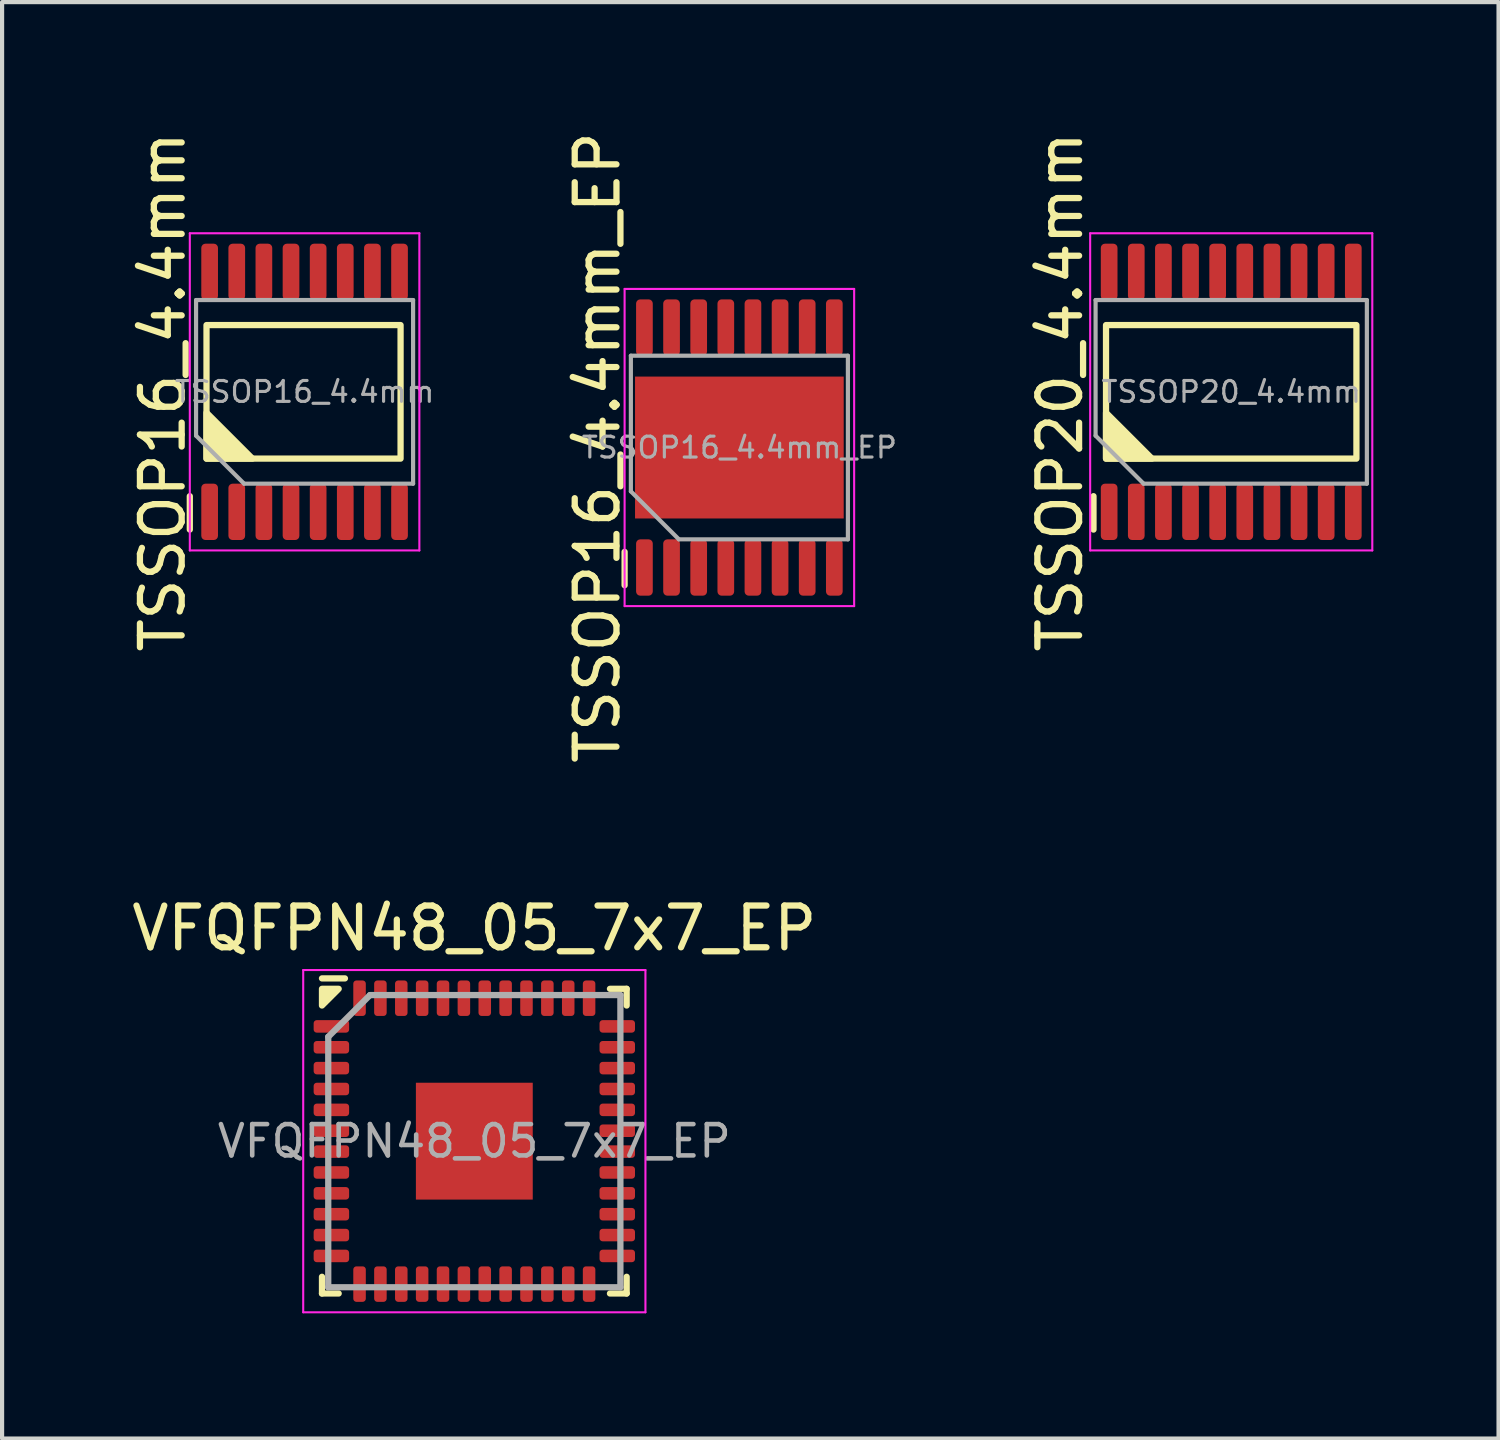
<source format=kicad_pcb>
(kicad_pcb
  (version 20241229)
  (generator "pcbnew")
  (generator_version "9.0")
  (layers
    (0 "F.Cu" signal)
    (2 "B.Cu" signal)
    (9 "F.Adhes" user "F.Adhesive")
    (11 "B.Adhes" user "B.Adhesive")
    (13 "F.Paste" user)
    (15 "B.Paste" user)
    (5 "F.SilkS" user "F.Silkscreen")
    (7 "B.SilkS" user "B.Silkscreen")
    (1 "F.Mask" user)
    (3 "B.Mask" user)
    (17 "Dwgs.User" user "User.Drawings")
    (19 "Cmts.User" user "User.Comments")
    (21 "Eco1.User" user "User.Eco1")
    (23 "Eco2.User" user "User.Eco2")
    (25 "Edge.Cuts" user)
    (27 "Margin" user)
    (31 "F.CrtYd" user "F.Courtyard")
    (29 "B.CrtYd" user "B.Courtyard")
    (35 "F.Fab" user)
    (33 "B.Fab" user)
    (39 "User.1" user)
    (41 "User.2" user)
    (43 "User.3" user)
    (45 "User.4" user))
  (footprint "TSSOP16_4.4mm_EP"
    (layer "F.Cu")
    (at 14.666 7.673)
    (property "Reference" "TSSOP16_4.4mm_EP" (at -3.4 0 90) (layer "F.SilkS") (effects (font (size 1 1) (thickness 0.15))))
    (attr smd)
    (fp_line (start -2.75 3.3) (end -2.75 2.5) (stroke (width 0.15) (type solid)) (layer "F.SilkS"))
    (fp_line (start -2.75 -3.8) (end 2.75 -3.8) (stroke (width 0.05) (type solid)) (layer "F.CrtYd"))
    (fp_line (start -2.75 3.8) (end -2.75 -3.8) (stroke (width 0.05) (type solid)) (layer "F.CrtYd"))
    (fp_line (start 2.75 -3.8) (end 2.75 3.8) (stroke (width 0.05) (type solid)) (layer "F.CrtYd"))
    (fp_line (start 2.75 3.8) (end -2.75 3.8) (stroke (width 0.05) (type solid)) (layer "F.CrtYd"))
    (fp_line (start -2.6 -2.2) (end -2.6 1.05) (stroke (width 0.1) (type solid)) (layer "F.Fab"))
    (fp_line (start -2.6 -2.2) (end 2.6 -2.2) (stroke (width 0.1) (type solid)) (layer "F.Fab"))
    (fp_line (start -2.6 1.05) (end -1.45 2.2) (stroke (width 0.1) (type solid)) (layer "F.Fab"))
    (fp_line (start -1.45 2.2) (end 2.6 2.2) (stroke (width 0.1) (type solid)) (layer "F.Fab"))
    (fp_line (start 2.6 -2.2) (end 2.6 2.2) (stroke (width 0.1) (type solid)) (layer "F.Fab"))
    (fp_text user "${REFERENCE}" (at 0 0 180) (layer "F.Fab") (effects (font (size 0.5 0.5) (thickness 0.075))))
    (pad "1" smd roundrect (at -2.275 2.875) (size 0.4 1.35) (layers "F.Cu" "F.Mask" "F.Paste") (roundrect_rratio 0.25))
    (pad "2" smd roundrect (at -1.625 2.875) (size 0.4 1.35) (layers "F.Cu" "F.Mask" "F.Paste") (roundrect_rratio 0.25))
    (pad "3" smd roundrect (at -0.975 2.875) (size 0.4 1.35) (layers "F.Cu" "F.Mask" "F.Paste") (roundrect_rratio 0.25))
    (pad "4" smd roundrect (at -0.325 2.875) (size 0.4 1.35) (layers "F.Cu" "F.Mask" "F.Paste") (roundrect_rratio 0.25))
    (pad "5" smd roundrect (at 0.325 2.875) (size 0.4 1.35) (layers "F.Cu" "F.Mask" "F.Paste") (roundrect_rratio 0.25))
    (pad "6" smd roundrect (at 0.975 2.875) (size 0.4 1.35) (layers "F.Cu" "F.Mask" "F.Paste") (roundrect_rratio 0.25))
    (pad "7" smd roundrect (at 1.625 2.875) (size 0.4 1.35) (layers "F.Cu" "F.Mask" "F.Paste") (roundrect_rratio 0.25))
    (pad "8" smd roundrect (at 2.275 2.875) (size 0.4 1.35) (layers "F.Cu" "F.Mask" "F.Paste") (roundrect_rratio 0.25))
    (pad "9" smd roundrect (at 2.275 -2.875) (size 0.4 1.35) (layers "F.Cu" "F.Mask" "F.Paste") (roundrect_rratio 0.25))
    (pad "10" smd roundrect (at 1.625 -2.875) (size 0.4 1.35) (layers "F.Cu" "F.Mask" "F.Paste") (roundrect_rratio 0.25))
    (pad "11" smd roundrect (at 0.975 -2.875) (size 0.4 1.35) (layers "F.Cu" "F.Mask" "F.Paste") (roundrect_rratio 0.25))
    (pad "12" smd roundrect (at 0.325 -2.875) (size 0.4 1.35) (layers "F.Cu" "F.Mask" "F.Paste") (roundrect_rratio 0.25))
    (pad "13" smd roundrect (at -0.325 -2.875) (size 0.4 1.35) (layers "F.Cu" "F.Mask" "F.Paste") (roundrect_rratio 0.25))
    (pad "14" smd roundrect (at -0.975 -2.875) (size 0.4 1.35) (layers "F.Cu" "F.Mask" "F.Paste") (roundrect_rratio 0.25))
    (pad "15" smd roundrect (at -1.625 -2.875) (size 0.4 1.35) (layers "F.Cu" "F.Mask" "F.Paste") (roundrect_rratio 0.25))
    (pad "16" smd roundrect (at -2.275 -2.875) (size 0.4 1.35) (layers "F.Cu" "F.Mask" "F.Paste") (roundrect_rratio 0.25))
    (pad "17" smd rect (at 0 0) (size 5 3.4) (layers "F.Cu" "F.Mask" "F.Paste")))
  (footprint "TSSOP20_4.4mm"
    (layer "F.Cu")
    (at 26.451 6.339)
    (property "Reference" "TSSOP20_4.4mm" (at -4.1 0 90) (layer "F.SilkS") (effects (font (size 1 1) (thickness 0.15))))
    (attr through_hole)
    (fp_line (start -3.3 3.3) (end -3.3 2.5) (stroke (width 0.15) (type solid)) (layer "F.SilkS"))
    (fp_rect (start -3 -1.6) (end 3 1.6) (stroke (width 0.15) (type solid)) (fill no) (layer "F.SilkS"))
    (fp_poly (pts (xy -1.9 1.6) (xy -3 1.6) (xy -3 0.5)) (stroke (width 0.15) (type solid)) (fill yes) (layer "F.SilkS"))
    (fp_line (start -3.38 -3.8) (end 3.38 -3.8) (stroke (width 0.05) (type solid)) (layer "F.CrtYd"))
    (fp_line (start -3.38 3.8) (end -3.38 -3.8) (stroke (width 0.05) (type solid)) (layer "F.CrtYd"))
    (fp_line (start 3.38 -3.8) (end 3.38 3.8) (stroke (width 0.05) (type solid)) (layer "F.CrtYd"))
    (fp_line (start 3.38 3.8) (end -3.38 3.8) (stroke (width 0.05) (type solid)) (layer "F.CrtYd"))
    (fp_line (start -3.25 -2.2) (end -3.25 1.05) (stroke (width 0.1) (type solid)) (layer "F.Fab"))
    (fp_line (start -3.25 -2.2) (end 3.25 -2.2) (stroke (width 0.1) (type solid)) (layer "F.Fab"))
    (fp_line (start -3.25 1.05) (end -2.1 2.2) (stroke (width 0.1) (type solid)) (layer "F.Fab"))
    (fp_line (start -2.1 2.2) (end 3.25 2.2) (stroke (width 0.1) (type solid)) (layer "F.Fab"))
    (fp_line (start 3.25 -2.2) (end 3.25 2.2) (stroke (width 0.1) (type solid)) (layer "F.Fab"))
    (fp_text user "${REFERENCE}" (at 0 0 180) (layer "F.Fab") (effects (font (size 0.5 0.5) (thickness 0.075))))
    (pad "1" smd roundrect (at -2.925 2.875) (size 0.4 1.35) (layers "F.Cu" "F.Mask" "F.Paste") (roundrect_rratio 0.25))
    (pad "2" smd roundrect (at -2.275 2.875) (size 0.4 1.35) (layers "F.Cu" "F.Mask" "F.Paste") (roundrect_rratio 0.25))
    (pad "3" smd roundrect (at -1.625 2.875) (size 0.4 1.35) (layers "F.Cu" "F.Mask" "F.Paste") (roundrect_rratio 0.25))
    (pad "4" smd roundrect (at -0.975 2.875) (size 0.4 1.35) (layers "F.Cu" "F.Mask" "F.Paste") (roundrect_rratio 0.25))
    (pad "5" smd roundrect (at -0.325 2.875) (size 0.4 1.35) (layers "F.Cu" "F.Mask" "F.Paste") (roundrect_rratio 0.25))
    (pad "6" smd roundrect (at 0.325 2.875) (size 0.4 1.35) (layers "F.Cu" "F.Mask" "F.Paste") (roundrect_rratio 0.25))
    (pad "7" smd roundrect (at 0.975 2.875) (size 0.4 1.35) (layers "F.Cu" "F.Mask" "F.Paste") (roundrect_rratio 0.25))
    (pad "8" smd roundrect (at 1.625 2.875) (size 0.4 1.35) (layers "F.Cu" "F.Mask" "F.Paste") (roundrect_rratio 0.25))
    (pad "9" smd roundrect (at 2.275 2.875) (size 0.4 1.35) (layers "F.Cu" "F.Mask" "F.Paste") (roundrect_rratio 0.25))
    (pad "10" smd roundrect (at 2.925 2.875) (size 0.4 1.35) (layers "F.Cu" "F.Mask" "F.Paste") (roundrect_rratio 0.25))
    (pad "11" smd roundrect (at 2.925 -2.875) (size 0.4 1.35) (layers "F.Cu" "F.Mask" "F.Paste") (roundrect_rratio 0.25))
    (pad "12" smd roundrect (at 2.275 -2.875) (size 0.4 1.35) (layers "F.Cu" "F.Mask" "F.Paste") (roundrect_rratio 0.25))
    (pad "13" smd roundrect (at 1.625 -2.875) (size 0.4 1.35) (layers "F.Cu" "F.Mask" "F.Paste") (roundrect_rratio 0.25))
    (pad "14" smd roundrect (at 0.975 -2.875) (size 0.4 1.35) (layers "F.Cu" "F.Mask" "F.Paste") (roundrect_rratio 0.25))
    (pad "15" smd roundrect (at 0.325 -2.875) (size 0.4 1.35) (layers "F.Cu" "F.Mask" "F.Paste") (roundrect_rratio 0.25))
    (pad "16" smd roundrect (at -0.325 -2.875) (size 0.4 1.35) (layers "F.Cu" "F.Mask" "F.Paste") (roundrect_rratio 0.25))
    (pad "17" smd roundrect (at -0.975 -2.875) (size 0.4 1.35) (layers "F.Cu" "F.Mask" "F.Paste") (roundrect_rratio 0.25))
    (pad "18" smd roundrect (at -1.625 -2.875) (size 0.4 1.35) (layers "F.Cu" "F.Mask" "F.Paste") (roundrect_rratio 0.25))
    (pad "19" smd roundrect (at -2.275 -2.875) (size 0.4 1.35) (layers "F.Cu" "F.Mask" "F.Paste") (roundrect_rratio 0.25))
    (pad "20" smd roundrect (at -2.925 -2.875) (size 0.4 1.35) (layers "F.Cu" "F.Mask" "F.Paste") (roundrect_rratio 0.25)))
  (footprint "VFQFPN48_05_7x7_EP"
    (layer "F.Cu")
    (at 8.315 24.293)
    (property "Reference" "VFQFPN48_05_7x7_EP" (at 0 -5.1 0) (layer "F.SilkS") (effects (font (size 1 1) (thickness 0.15))))
    (attr smd)
    (fp_line (start -3.65 3.65) (end -3.65 3.25) (stroke (width 0.15) (type solid)) (layer "F.SilkS"))
    (fp_line (start -3.25 3.65) (end -3.65 3.65) (stroke (width 0.15) (type solid)) (layer "F.SilkS"))
    (fp_line (start -3.1 -3.9) (end -3.65 -3.9) (stroke (width 0.15) (type solid)) (layer "F.SilkS"))
    (fp_line (start 3.25 -3.65) (end 3.65 -3.65) (stroke (width 0.15) (type solid)) (layer "F.SilkS"))
    (fp_line (start 3.25 3.65) (end 3.65 3.65) (stroke (width 0.15) (type solid)) (layer "F.SilkS"))
    (fp_line (start 3.65 -3.65) (end 3.65 -3.25) (stroke (width 0.15) (type solid)) (layer "F.SilkS"))
    (fp_line (start 3.65 3.65) (end 3.65 3.25) (stroke (width 0.15) (type solid)) (layer "F.SilkS"))
    (fp_poly (pts (xy -3.65 -3.25) (xy -3.65 -3.65) (xy -3.25 -3.65)) (stroke (width 0.15) (type solid)) (fill yes) (layer "F.SilkS"))
    (fp_line (start -4.1 -4.1) (end 4.1 -4.1) (stroke (width 0.05) (type solid)) (layer "F.CrtYd"))
    (fp_line (start -4.1 4.1) (end -4.1 -4.1) (stroke (width 0.05) (type solid)) (layer "F.CrtYd"))
    (fp_line (start 4.1 -4.1) (end 4.1 4.1) (stroke (width 0.05) (type solid)) (layer "F.CrtYd"))
    (fp_line (start 4.1 4.1) (end -4.1 4.1) (stroke (width 0.05) (type solid)) (layer "F.CrtYd"))
    (fp_line (start -3.5 -2.5) (end -3.5 3.5) (stroke (width 0.15) (type solid)) (layer "F.Fab"))
    (fp_line (start -3.5 3.5) (end 3.5 3.5) (stroke (width 0.15) (type solid)) (layer "F.Fab"))
    (fp_line (start -2.5 -3.5) (end -3.5 -2.5) (stroke (width 0.15) (type solid)) (layer "F.Fab"))
    (fp_line (start 3.5 -3.5) (end -2.5 -3.5) (stroke (width 0.15) (type solid)) (layer "F.Fab"))
    (fp_line (start 3.5 3.5) (end 3.5 -3.5) (stroke (width 0.15) (type solid)) (layer "F.Fab"))
    (fp_text user "${REFERENCE}" (at 0 0 0) (layer "F.Fab") (effects (font (size 0.75 0.75) (thickness 0.11))))
    (pad "1" smd roundrect (at -3.425 -2.75 90) (size 0.3 0.85) (layers "F.Cu" "F.Mask" "F.Paste") (roundrect_rratio 0.25))
    (pad "2" smd roundrect (at -3.425 -2.25 90) (size 0.3 0.85) (layers "F.Cu" "F.Mask" "F.Paste") (roundrect_rratio 0.25))
    (pad "3" smd roundrect (at -3.425 -1.75 90) (size 0.3 0.85) (layers "F.Cu" "F.Mask" "F.Paste") (roundrect_rratio 0.25))
    (pad "4" smd roundrect (at -3.425 -1.25 90) (size 0.3 0.85) (layers "F.Cu" "F.Mask" "F.Paste") (roundrect_rratio 0.25))
    (pad "5" smd roundrect (at -3.425 -0.75 90) (size 0.3 0.85) (layers "F.Cu" "F.Mask" "F.Paste") (roundrect_rratio 0.25))
    (pad "6" smd roundrect (at -3.425 -0.25 90) (size 0.3 0.85) (layers "F.Cu" "F.Mask" "F.Paste") (roundrect_rratio 0.25))
    (pad "7" smd roundrect (at -3.425 0.25 90) (size 0.3 0.85) (layers "F.Cu" "F.Mask" "F.Paste") (roundrect_rratio 0.25))
    (pad "8" smd roundrect (at -3.425 0.75 90) (size 0.3 0.85) (layers "F.Cu" "F.Mask" "F.Paste") (roundrect_rratio 0.25))
    (pad "9" smd roundrect (at -3.425 1.25 90) (size 0.3 0.85) (layers "F.Cu" "F.Mask" "F.Paste") (roundrect_rratio 0.25))
    (pad "10" smd roundrect (at -3.425 1.75 90) (size 0.3 0.85) (layers "F.Cu" "F.Mask" "F.Paste") (roundrect_rratio 0.25))
    (pad "11" smd roundrect (at -3.425 2.25 90) (size 0.3 0.85) (layers "F.Cu" "F.Mask" "F.Paste") (roundrect_rratio 0.25))
    (pad "12" smd roundrect (at -3.425 2.75 90) (size 0.3 0.85) (layers "F.Cu" "F.Mask" "F.Paste") (roundrect_rratio 0.25))
    (pad "13" smd roundrect (at -2.75 3.425) (size 0.3 0.85) (layers "F.Cu" "F.Mask" "F.Paste") (roundrect_rratio 0.25))
    (pad "14" smd roundrect (at -2.25 3.425) (size 0.3 0.85) (layers "F.Cu" "F.Mask" "F.Paste") (roundrect_rratio 0.25))
    (pad "15" smd roundrect (at -1.75 3.425) (size 0.3 0.85) (layers "F.Cu" "F.Mask" "F.Paste") (roundrect_rratio 0.25))
    (pad "16" smd roundrect (at -1.25 3.425) (size 0.3 0.85) (layers "F.Cu" "F.Mask" "F.Paste") (roundrect_rratio 0.25))
    (pad "17" smd roundrect (at -0.75 3.425) (size 0.3 0.85) (layers "F.Cu" "F.Mask" "F.Paste") (roundrect_rratio 0.25))
    (pad "18" smd roundrect (at -0.25 3.425) (size 0.3 0.85) (layers "F.Cu" "F.Mask" "F.Paste") (roundrect_rratio 0.25))
    (pad "19" smd roundrect (at 0.25 3.425) (size 0.3 0.85) (layers "F.Cu" "F.Mask" "F.Paste") (roundrect_rratio 0.25))
    (pad "20" smd roundrect (at 0.75 3.425) (size 0.3 0.85) (layers "F.Cu" "F.Mask" "F.Paste") (roundrect_rratio 0.25))
    (pad "21" smd roundrect (at 1.25 3.425) (size 0.3 0.85) (layers "F.Cu" "F.Mask" "F.Paste") (roundrect_rratio 0.25))
    (pad "22" smd roundrect (at 1.75 3.425) (size 0.3 0.85) (layers "F.Cu" "F.Mask" "F.Paste") (roundrect_rratio 0.25))
    (pad "23" smd roundrect (at 2.25 3.425) (size 0.3 0.85) (layers "F.Cu" "F.Mask" "F.Paste") (roundrect_rratio 0.25))
    (pad "24" smd roundrect (at 2.75 3.425) (size 0.3 0.85) (layers "F.Cu" "F.Mask" "F.Paste") (roundrect_rratio 0.25))
    (pad "25" smd roundrect (at 3.425 2.75 90) (size 0.3 0.85) (layers "F.Cu" "F.Mask" "F.Paste") (roundrect_rratio 0.25))
    (pad "26" smd roundrect (at 3.425 2.25 90) (size 0.3 0.85) (layers "F.Cu" "F.Mask" "F.Paste") (roundrect_rratio 0.25))
    (pad "27" smd roundrect (at 3.425 1.75 90) (size 0.3 0.85) (layers "F.Cu" "F.Mask" "F.Paste") (roundrect_rratio 0.25))
    (pad "28" smd roundrect (at 3.425 1.25 90) (size 0.3 0.85) (layers "F.Cu" "F.Mask" "F.Paste") (roundrect_rratio 0.25))
    (pad "29" smd roundrect (at 3.425 0.75 90) (size 0.3 0.85) (layers "F.Cu" "F.Mask" "F.Paste") (roundrect_rratio 0.25))
    (pad "30" smd roundrect (at 3.425 0.25 90) (size 0.3 0.85) (layers "F.Cu" "F.Mask" "F.Paste") (roundrect_rratio 0.25))
    (pad "31" smd roundrect (at 3.425 -0.25 90) (size 0.3 0.85) (layers "F.Cu" "F.Mask" "F.Paste") (roundrect_rratio 0.25))
    (pad "32" smd roundrect (at 3.425 -0.75 90) (size 0.3 0.85) (layers "F.Cu" "F.Mask" "F.Paste") (roundrect_rratio 0.25))
    (pad "33" smd roundrect (at 3.425 -1.25 90) (size 0.3 0.85) (layers "F.Cu" "F.Mask" "F.Paste") (roundrect_rratio 0.25))
    (pad "34" smd roundrect (at 3.425 -1.75 90) (size 0.3 0.85) (layers "F.Cu" "F.Mask" "F.Paste") (roundrect_rratio 0.25))
    (pad "35" smd roundrect (at 3.425 -2.25 90) (size 0.3 0.85) (layers "F.Cu" "F.Mask" "F.Paste") (roundrect_rratio 0.25))
    (pad "36" smd roundrect (at 3.425 -2.75 90) (size 0.3 0.85) (layers "F.Cu" "F.Mask" "F.Paste") (roundrect_rratio 0.25))
    (pad "37" smd roundrect (at 2.75 -3.425) (size 0.3 0.85) (layers "F.Cu" "F.Mask" "F.Paste") (roundrect_rratio 0.25))
    (pad "38" smd roundrect (at 2.25 -3.425) (size 0.3 0.85) (layers "F.Cu" "F.Mask" "F.Paste") (roundrect_rratio 0.25))
    (pad "39" smd roundrect (at 1.75 -3.425) (size 0.3 0.85) (layers "F.Cu" "F.Mask" "F.Paste") (roundrect_rratio 0.25))
    (pad "40" smd roundrect (at 1.25 -3.425) (size 0.3 0.85) (layers "F.Cu" "F.Mask" "F.Paste") (roundrect_rratio 0.25))
    (pad "41" smd roundrect (at 0.75 -3.425) (size 0.3 0.85) (layers "F.Cu" "F.Mask" "F.Paste") (roundrect_rratio 0.25))
    (pad "42" smd roundrect (at 0.25 -3.425) (size 0.3 0.85) (layers "F.Cu" "F.Mask" "F.Paste") (roundrect_rratio 0.25))
    (pad "43" smd roundrect (at -0.25 -3.425) (size 0.3 0.85) (layers "F.Cu" "F.Mask" "F.Paste") (roundrect_rratio 0.25))
    (pad "44" smd roundrect (at -0.75 -3.425) (size 0.3 0.85) (layers "F.Cu" "F.Mask" "F.Paste") (roundrect_rratio 0.25))
    (pad "45" smd roundrect (at -1.25 -3.425) (size 0.3 0.85) (layers "F.Cu" "F.Mask" "F.Paste") (roundrect_rratio 0.25))
    (pad "46" smd roundrect (at -1.75 -3.425) (size 0.3 0.85) (layers "F.Cu" "F.Mask" "F.Paste") (roundrect_rratio 0.25))
    (pad "47" smd roundrect (at -2.25 -3.425) (size 0.3 0.85) (layers "F.Cu" "F.Mask" "F.Paste") (roundrect_rratio 0.25))
    (pad "48" smd roundrect (at -2.75 -3.425) (size 0.3 0.85) (layers "F.Cu" "F.Mask" "F.Paste") (roundrect_rratio 0.25))
    (pad "49" smd rect (at 0 0) (size 2.8 2.8) (layers "F.Cu" "F.Mask" "F.Paste")))
  (footprint "TSSOP16_4.4mm"
    (layer "F.Cu")
    (at 4.248 6.339)
    (property "Reference" "TSSOP16_4.4mm" (at -3.4 0 90) (layer "F.SilkS") (effects (font (size 1 1) (thickness 0.15))))
    (attr smd)
    (fp_line (start -2.75 3.3) (end -2.75 2.5) (stroke (width 0.15) (type solid)) (layer "F.SilkS"))
    (fp_rect (start -2.35 -1.6) (end 2.3 1.6) (stroke (width 0.15) (type solid)) (fill no) (layer "F.SilkS"))
    (fp_poly (pts (xy -1.25 1.6) (xy -2.35 1.6) (xy -2.35 0.5)) (stroke (width 0.15) (type solid)) (fill yes) (layer "F.SilkS"))
    (fp_line (start -2.75 -3.8) (end 2.75 -3.8) (stroke (width 0.05) (type solid)) (layer "F.CrtYd"))
    (fp_line (start -2.75 3.8) (end -2.75 -3.8) (stroke (width 0.05) (type solid)) (layer "F.CrtYd"))
    (fp_line (start 2.75 -3.8) (end 2.75 3.8) (stroke (width 0.05) (type solid)) (layer "F.CrtYd"))
    (fp_line (start 2.75 3.8) (end -2.75 3.8) (stroke (width 0.05) (type solid)) (layer "F.CrtYd"))
    (fp_line (start -2.6 -2.2) (end -2.6 1.05) (stroke (width 0.1) (type solid)) (layer "F.Fab"))
    (fp_line (start -2.6 -2.2) (end 2.6 -2.2) (stroke (width 0.1) (type solid)) (layer "F.Fab"))
    (fp_line (start -2.6 1.05) (end -1.45 2.2) (stroke (width 0.1) (type solid)) (layer "F.Fab"))
    (fp_line (start -1.45 2.2) (end 2.6 2.2) (stroke (width 0.1) (type solid)) (layer "F.Fab"))
    (fp_line (start 2.6 -2.2) (end 2.6 2.2) (stroke (width 0.1) (type solid)) (layer "F.Fab"))
    (fp_text user "${REFERENCE}" (at 0 0 180) (layer "F.Fab") (effects (font (size 0.5 0.5) (thickness 0.075))))
    (pad "1" smd roundrect (at -2.275 2.875) (size 0.4 1.35) (layers "F.Cu" "F.Mask" "F.Paste") (roundrect_rratio 0.25))
    (pad "2" smd roundrect (at -1.625 2.875) (size 0.4 1.35) (layers "F.Cu" "F.Mask" "F.Paste") (roundrect_rratio 0.25))
    (pad "3" smd roundrect (at -0.975 2.875) (size 0.4 1.35) (layers "F.Cu" "F.Mask" "F.Paste") (roundrect_rratio 0.25))
    (pad "4" smd roundrect (at -0.325 2.875) (size 0.4 1.35) (layers "F.Cu" "F.Mask" "F.Paste") (roundrect_rratio 0.25))
    (pad "5" smd roundrect (at 0.325 2.875) (size 0.4 1.35) (layers "F.Cu" "F.Mask" "F.Paste") (roundrect_rratio 0.25))
    (pad "6" smd roundrect (at 0.975 2.875) (size 0.4 1.35) (layers "F.Cu" "F.Mask" "F.Paste") (roundrect_rratio 0.25))
    (pad "7" smd roundrect (at 1.625 2.875) (size 0.4 1.35) (layers "F.Cu" "F.Mask" "F.Paste") (roundrect_rratio 0.25))
    (pad "8" smd roundrect (at 2.275 2.875) (size 0.4 1.35) (layers "F.Cu" "F.Mask" "F.Paste") (roundrect_rratio 0.25))
    (pad "9" smd roundrect (at 2.275 -2.875) (size 0.4 1.35) (layers "F.Cu" "F.Mask" "F.Paste") (roundrect_rratio 0.25))
    (pad "10" smd roundrect (at 1.625 -2.875) (size 0.4 1.35) (layers "F.Cu" "F.Mask" "F.Paste") (roundrect_rratio 0.25))
    (pad "11" smd roundrect (at 0.975 -2.875) (size 0.4 1.35) (layers "F.Cu" "F.Mask" "F.Paste") (roundrect_rratio 0.25))
    (pad "12" smd roundrect (at 0.325 -2.875) (size 0.4 1.35) (layers "F.Cu" "F.Mask" "F.Paste") (roundrect_rratio 0.25))
    (pad "13" smd roundrect (at -0.325 -2.875) (size 0.4 1.35) (layers "F.Cu" "F.Mask" "F.Paste") (roundrect_rratio 0.25))
    (pad "14" smd roundrect (at -0.975 -2.875) (size 0.4 1.35) (layers "F.Cu" "F.Mask" "F.Paste") (roundrect_rratio 0.25))
    (pad "15" smd roundrect (at -1.625 -2.875) (size 0.4 1.35) (layers "F.Cu" "F.Mask" "F.Paste") (roundrect_rratio 0.25))
    (pad "16" smd roundrect (at -2.275 -2.875) (size 0.4 1.35) (layers "F.Cu" "F.Mask" "F.Paste") (roundrect_rratio 0.25)))
  (gr_rect
    (start -3 -3)
    (end 32.856 31.418)
    (stroke (width 0.1) (type default))
    (fill no)
    (layer "Edge.Cuts")))
</source>
